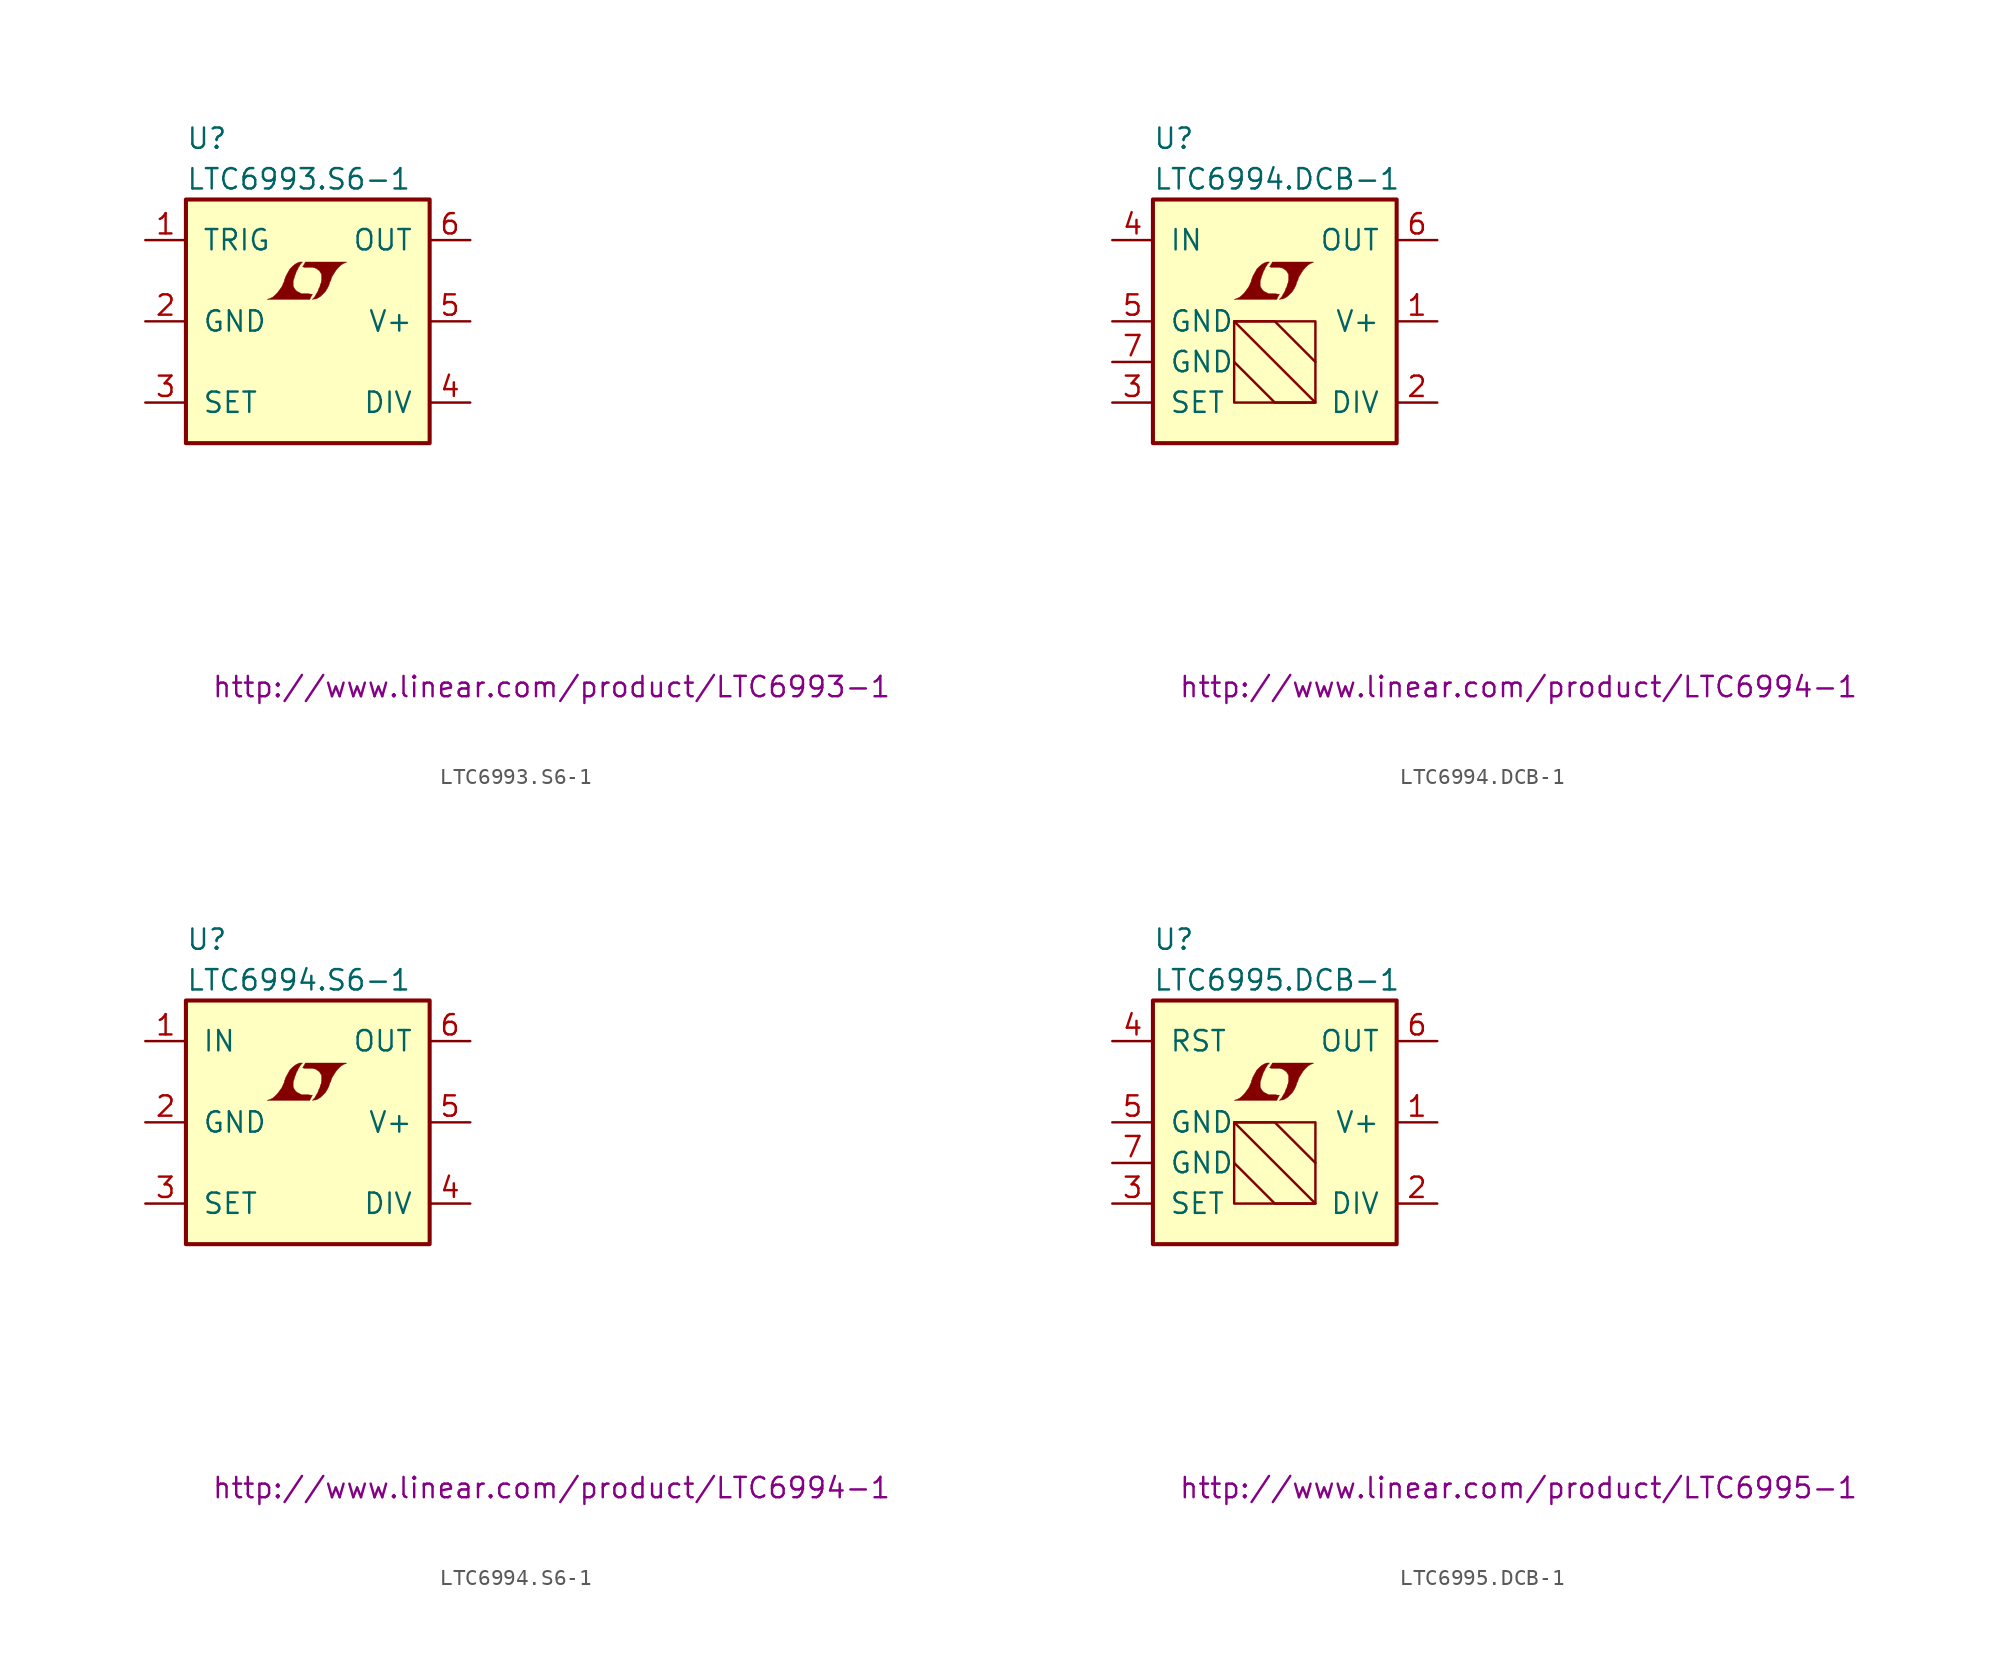
<source format=kicad_sym>
(kicad_symbol_lib
  (version 20201005)
  (generator kicad_symbol_editor)
  (symbol "LTC6993.S6-1"
    (pin_names
      (offset 1.016))
    (property "Reference" "U"
      (at -7.62 11.43 0)
      (effects (font (size 1.27 1.27)) (justify left)))
    (property "Value" "LTC6993.S6-1"
      (at -7.62 8.89 0)
      (effects (font (size 1.27 1.27)) (justify left)))
    (property "Datasheet" "http://www.linear.com/product/LTC6993-1"
      (at 15.24 -22.86 0)
      (effects (font (size 1.27 1.27))))
    (symbol "LTC6993.S6-1_0_0"
      (polyline (pts (xy 0.203 1.549) (xy 0.229 1.575) (xy 0.279 1.676) (xy 0.279 1.702) (xy 0.152 1.702) (xy 0.051 1.727) (xy -0.406 1.727) (xy -0.432 1.753) (xy -0.686 1.88) (xy -0.787 1.981) (xy -0.864 2.108) (xy -0.914 2.21) (xy -0.914 2.515) (xy -0.864 2.667) (xy -0.838 2.769) (xy -0.813 2.845) (xy -0.762 2.972) (xy -0.711 3.124) (xy -0.635 3.251) (xy -0.584 3.378) (xy -0.508 3.48) (xy -0.457 3.581) (xy -0.33 3.708) (xy -0.508 3.708) (xy -0.635 3.658) (xy -0.737 3.607) (xy -0.813 3.556) (xy -0.94 3.454) (xy -1.118 3.277) (xy -1.372 2.819) (xy -1.473 2.54) (xy -1.473 2.489) (xy -1.524 2.388) (xy -1.575 2.261) (xy -1.626 2.159) (xy -1.753 1.981) (xy -1.905 1.778) (xy -2.057 1.626) (xy -2.21 1.499) (xy -2.388 1.422) (xy -2.54 1.372) (xy 0.127 1.372) (xy 0.203 1.549)) (stroke (width 0.025)) (fill (type outline)))
      (polyline (pts (xy 0.406 1.397) (xy 0.483 1.397) (xy 0.66 1.473) (xy 0.813 1.575) (xy 1.092 1.854) (xy 1.219 2.057) (xy 1.321 2.261) (xy 1.397 2.515) (xy 1.422 2.515) (xy 1.499 2.769) (xy 1.753 3.175) (xy 1.905 3.353) (xy 2.057 3.505) (xy 2.21 3.607) (xy 2.388 3.683) (xy 2.413 3.683) (xy 2.413 3.708) (xy -0.152 3.708) (xy -0.229 3.556) (xy -0.254 3.531) (xy -0.305 3.429) (xy -0.33 3.404) (xy -0.279 3.404) (xy -0.229 3.378) (xy 0.305 3.378) (xy 0.356 3.353) (xy 0.406 3.353) (xy 0.483 3.327) (xy 0.61 3.251) (xy 0.737 3.15) (xy 0.813 3.023) (xy 0.838 2.972) (xy 0.864 2.946) (xy 0.864 2.54) (xy 0.838 2.489) (xy 0.838 2.413) (xy 0.787 2.311) (xy 0.762 2.184) (xy 0.686 2.032) (xy 0.635 1.88) (xy 0.483 1.626) (xy 0.432 1.524) (xy 0.279 1.372) (xy 0.406 1.397)) (stroke (width 0.025)) (fill (type outline))))
    (symbol "LTC6993.S6-1_0_1"
      (rectangle (start -7.62 7.62) (end 7.62 -7.62) (stroke (width 0.254)) (fill (type background))))
    (symbol "LTC6993.S6-1_1_1"
      (pin passive line (at -10.16 5.08 0) (length 2.54) (name "TRIG" (effects (font (size 1.27 1.27)))) (number "1" (effects (font (size 1.27 1.27)))))
      (pin power_in line (at -10.16 0 0) (length 2.54) (name "GND" (effects (font (size 1.27 1.27)))) (number "2" (effects (font (size 1.27 1.27)))))
      (pin passive line (at -10.16 -5.08 0) (length 2.54) (name "SET" (effects (font (size 1.27 1.27)))) (number "3" (effects (font (size 1.27 1.27)))))
      (pin passive line (at 10.16 -5.08 180) (length 2.54) (name "DIV" (effects (font (size 1.27 1.27)))) (number "4" (effects (font (size 1.27 1.27)))))
      (pin power_in line (at 10.16 0 180) (length 2.54) (name "V+" (effects (font (size 1.27 1.27)))) (number "5" (effects (font (size 1.27 1.27)))))
      (pin output line (at 10.16 5.08 180) (length 2.54) (name "OUT" (effects (font (size 1.27 1.27)))) (number "6" (effects (font (size 1.27 1.27)))))))
  (symbol "LTC6994.DCB-1"
    (pin_names
      (offset 1.016))
    (property "Reference" "U"
      (at -7.62 11.43 0)
      (effects (font (size 1.27 1.27)) (justify left)))
    (property "Value" "LTC6994.DCB-1"
      (at -7.62 8.89 0)
      (effects (font (size 1.27 1.27)) (justify left)))
    (property "Datasheet" "http://www.linear.com/product/LTC6994-1"
      (at 15.24 -22.86 0)
      (effects (font (size 1.27 1.27))))
    (symbol "LTC6994.DCB-1_0_0"
      (polyline (pts (xy 0.203 1.549) (xy 0.229 1.575) (xy 0.279 1.676) (xy 0.279 1.702) (xy 0.152 1.702) (xy 0.051 1.727) (xy -0.406 1.727) (xy -0.432 1.753) (xy -0.686 1.88) (xy -0.787 1.981) (xy -0.864 2.108) (xy -0.914 2.21) (xy -0.914 2.515) (xy -0.864 2.667) (xy -0.838 2.769) (xy -0.813 2.845) (xy -0.762 2.972) (xy -0.711 3.124) (xy -0.635 3.251) (xy -0.584 3.378) (xy -0.508 3.48) (xy -0.457 3.581) (xy -0.33 3.708) (xy -0.508 3.708) (xy -0.635 3.658) (xy -0.737 3.607) (xy -0.813 3.556) (xy -0.94 3.454) (xy -1.118 3.277) (xy -1.372 2.819) (xy -1.473 2.54) (xy -1.473 2.489) (xy -1.524 2.388) (xy -1.575 2.261) (xy -1.626 2.159) (xy -1.753 1.981) (xy -1.905 1.778) (xy -2.057 1.626) (xy -2.21 1.499) (xy -2.388 1.422) (xy -2.54 1.372) (xy 0.127 1.372) (xy 0.203 1.549)) (stroke (width 0.025)) (fill (type outline)))
      (polyline (pts (xy 0.406 1.397) (xy 0.483 1.397) (xy 0.66 1.473) (xy 0.813 1.575) (xy 1.092 1.854) (xy 1.219 2.057) (xy 1.321 2.261) (xy 1.397 2.515) (xy 1.422 2.515) (xy 1.499 2.769) (xy 1.753 3.175) (xy 1.905 3.353) (xy 2.057 3.505) (xy 2.21 3.607) (xy 2.388 3.683) (xy 2.413 3.683) (xy 2.413 3.708) (xy -0.152 3.708) (xy -0.229 3.556) (xy -0.254 3.531) (xy -0.305 3.429) (xy -0.33 3.404) (xy -0.279 3.404) (xy -0.229 3.378) (xy 0.305 3.378) (xy 0.356 3.353) (xy 0.406 3.353) (xy 0.483 3.327) (xy 0.61 3.251) (xy 0.737 3.15) (xy 0.813 3.023) (xy 0.838 2.972) (xy 0.864 2.946) (xy 0.864 2.54) (xy 0.838 2.489) (xy 0.838 2.413) (xy 0.787 2.311) (xy 0.762 2.184) (xy 0.686 2.032) (xy 0.635 1.88) (xy 0.483 1.626) (xy 0.432 1.524) (xy 0.279 1.372) (xy 0.406 1.397)) (stroke (width 0.025)) (fill (type outline))))
    (symbol "LTC6994.DCB-1_0_1"
      (rectangle (start -7.62 7.62) (end 7.62 -7.62) (stroke (width 0.254)) (fill (type background)))
      (rectangle (start -2.54 -5.08) (end 2.54 0) (stroke (width 0)) (fill (type none)))
      (polyline (pts (xy -2.54 -2.54) (xy 0 -5.08) (xy 2.54 -5.08) (xy -2.54 0) (xy 0 0) (xy 2.54 -2.54)) (stroke (width 0)) (fill (type none))))
    (symbol "LTC6994.DCB-1_1_1"
      (pin power_in line (at 10.16 0 180) (length 2.54) (name "V+" (effects (font (size 1.27 1.27)))) (number "1" (effects (font (size 1.27 1.27)))))
      (pin passive line (at 10.16 -5.08 180) (length 2.54) (name "DIV" (effects (font (size 1.27 1.27)))) (number "2" (effects (font (size 1.27 1.27)))))
      (pin passive line (at -10.16 -5.08 0) (length 2.54) (name "SET" (effects (font (size 1.27 1.27)))) (number "3" (effects (font (size 1.27 1.27)))))
      (pin passive line (at -10.16 5.08 0) (length 2.54) (name "IN" (effects (font (size 1.27 1.27)))) (number "4" (effects (font (size 1.27 1.27)))))
      (pin power_in line (at -10.16 0 0) (length 2.54) (name "GND" (effects (font (size 1.27 1.27)))) (number "5" (effects (font (size 1.27 1.27)))))
      (pin output line (at 10.16 5.08 180) (length 2.54) (name "OUT" (effects (font (size 1.27 1.27)))) (number "6" (effects (font (size 1.27 1.27)))))
      (pin power_in line (at -10.16 -2.54 0) (length 2.54) (name "GND" (effects (font (size 1.27 1.27)))) (number "7" (effects (font (size 1.27 1.27)))))))
  (symbol "LTC6994.S6-1"
    (pin_names
      (offset 1.016))
    (property "Reference" "U"
      (at -7.62 11.43 0)
      (effects (font (size 1.27 1.27)) (justify left)))
    (property "Value" "LTC6994.S6-1"
      (at -7.62 8.89 0)
      (effects (font (size 1.27 1.27)) (justify left)))
    (property "Datasheet" "http://www.linear.com/product/LTC6994-1"
      (at 15.24 -22.86 0)
      (effects (font (size 1.27 1.27))))
    (symbol "LTC6994.S6-1_0_0"
      (polyline (pts (xy 0.203 1.549) (xy 0.229 1.575) (xy 0.279 1.676) (xy 0.279 1.702) (xy 0.152 1.702) (xy 0.051 1.727) (xy -0.406 1.727) (xy -0.432 1.753) (xy -0.686 1.88) (xy -0.787 1.981) (xy -0.864 2.108) (xy -0.914 2.21) (xy -0.914 2.515) (xy -0.864 2.667) (xy -0.838 2.769) (xy -0.813 2.845) (xy -0.762 2.972) (xy -0.711 3.124) (xy -0.635 3.251) (xy -0.584 3.378) (xy -0.508 3.48) (xy -0.457 3.581) (xy -0.33 3.708) (xy -0.508 3.708) (xy -0.635 3.658) (xy -0.737 3.607) (xy -0.813 3.556) (xy -0.94 3.454) (xy -1.118 3.277) (xy -1.372 2.819) (xy -1.473 2.54) (xy -1.473 2.489) (xy -1.524 2.388) (xy -1.575 2.261) (xy -1.626 2.159) (xy -1.753 1.981) (xy -1.905 1.778) (xy -2.057 1.626) (xy -2.21 1.499) (xy -2.388 1.422) (xy -2.54 1.372) (xy 0.127 1.372) (xy 0.203 1.549)) (stroke (width 0.025)) (fill (type outline)))
      (polyline (pts (xy 0.406 1.397) (xy 0.483 1.397) (xy 0.66 1.473) (xy 0.813 1.575) (xy 1.092 1.854) (xy 1.219 2.057) (xy 1.321 2.261) (xy 1.397 2.515) (xy 1.422 2.515) (xy 1.499 2.769) (xy 1.753 3.175) (xy 1.905 3.353) (xy 2.057 3.505) (xy 2.21 3.607) (xy 2.388 3.683) (xy 2.413 3.683) (xy 2.413 3.708) (xy -0.152 3.708) (xy -0.229 3.556) (xy -0.254 3.531) (xy -0.305 3.429) (xy -0.33 3.404) (xy -0.279 3.404) (xy -0.229 3.378) (xy 0.305 3.378) (xy 0.356 3.353) (xy 0.406 3.353) (xy 0.483 3.327) (xy 0.61 3.251) (xy 0.737 3.15) (xy 0.813 3.023) (xy 0.838 2.972) (xy 0.864 2.946) (xy 0.864 2.54) (xy 0.838 2.489) (xy 0.838 2.413) (xy 0.787 2.311) (xy 0.762 2.184) (xy 0.686 2.032) (xy 0.635 1.88) (xy 0.483 1.626) (xy 0.432 1.524) (xy 0.279 1.372) (xy 0.406 1.397)) (stroke (width 0.025)) (fill (type outline))))
    (symbol "LTC6994.S6-1_0_1"
      (rectangle (start -7.62 7.62) (end 7.62 -7.62) (stroke (width 0.254)) (fill (type background))))
    (symbol "LTC6994.S6-1_1_1"
      (pin passive line (at -10.16 5.08 0) (length 2.54) (name "IN" (effects (font (size 1.27 1.27)))) (number "1" (effects (font (size 1.27 1.27)))))
      (pin power_in line (at -10.16 0 0) (length 2.54) (name "GND" (effects (font (size 1.27 1.27)))) (number "2" (effects (font (size 1.27 1.27)))))
      (pin passive line (at -10.16 -5.08 0) (length 2.54) (name "SET" (effects (font (size 1.27 1.27)))) (number "3" (effects (font (size 1.27 1.27)))))
      (pin passive line (at 10.16 -5.08 180) (length 2.54) (name "DIV" (effects (font (size 1.27 1.27)))) (number "4" (effects (font (size 1.27 1.27)))))
      (pin power_in line (at 10.16 0 180) (length 2.54) (name "V+" (effects (font (size 1.27 1.27)))) (number "5" (effects (font (size 1.27 1.27)))))
      (pin output line (at 10.16 5.08 180) (length 2.54) (name "OUT" (effects (font (size 1.27 1.27)))) (number "6" (effects (font (size 1.27 1.27)))))))
  (symbol "LTC6995.DCB-1"
    (pin_names
      (offset 1.016))
    (property "Reference" "U"
      (at -7.62 11.43 0)
      (effects (font (size 1.27 1.27)) (justify left)))
    (property "Value" "LTC6995.DCB-1"
      (at -7.62 8.89 0)
      (effects (font (size 1.27 1.27)) (justify left)))
    (property "Datasheet" "http://www.linear.com/product/LTC6995-1"
      (at 15.24 -22.86 0)
      (effects (font (size 1.27 1.27))))
    (symbol "LTC6995.DCB-1_0_0"
      (polyline (pts (xy 0.203 1.549) (xy 0.229 1.575) (xy 0.279 1.676) (xy 0.279 1.702) (xy 0.152 1.702) (xy 0.051 1.727) (xy -0.406 1.727) (xy -0.432 1.753) (xy -0.686 1.88) (xy -0.787 1.981) (xy -0.864 2.108) (xy -0.914 2.21) (xy -0.914 2.515) (xy -0.864 2.667) (xy -0.838 2.769) (xy -0.813 2.845) (xy -0.762 2.972) (xy -0.711 3.124) (xy -0.635 3.251) (xy -0.584 3.378) (xy -0.508 3.48) (xy -0.457 3.581) (xy -0.33 3.708) (xy -0.508 3.708) (xy -0.635 3.658) (xy -0.737 3.607) (xy -0.813 3.556) (xy -0.94 3.454) (xy -1.118 3.277) (xy -1.372 2.819) (xy -1.473 2.54) (xy -1.473 2.489) (xy -1.524 2.388) (xy -1.575 2.261) (xy -1.626 2.159) (xy -1.753 1.981) (xy -1.905 1.778) (xy -2.057 1.626) (xy -2.21 1.499) (xy -2.388 1.422) (xy -2.54 1.372) (xy 0.127 1.372) (xy 0.203 1.549)) (stroke (width 0.025)) (fill (type outline)))
      (polyline (pts (xy 0.406 1.397) (xy 0.483 1.397) (xy 0.66 1.473) (xy 0.813 1.575) (xy 1.092 1.854) (xy 1.219 2.057) (xy 1.321 2.261) (xy 1.397 2.515) (xy 1.422 2.515) (xy 1.499 2.769) (xy 1.753 3.175) (xy 1.905 3.353) (xy 2.057 3.505) (xy 2.21 3.607) (xy 2.388 3.683) (xy 2.413 3.683) (xy 2.413 3.708) (xy -0.152 3.708) (xy -0.229 3.556) (xy -0.254 3.531) (xy -0.305 3.429) (xy -0.33 3.404) (xy -0.279 3.404) (xy -0.229 3.378) (xy 0.305 3.378) (xy 0.356 3.353) (xy 0.406 3.353) (xy 0.483 3.327) (xy 0.61 3.251) (xy 0.737 3.15) (xy 0.813 3.023) (xy 0.838 2.972) (xy 0.864 2.946) (xy 0.864 2.54) (xy 0.838 2.489) (xy 0.838 2.413) (xy 0.787 2.311) (xy 0.762 2.184) (xy 0.686 2.032) (xy 0.635 1.88) (xy 0.483 1.626) (xy 0.432 1.524) (xy 0.279 1.372) (xy 0.406 1.397)) (stroke (width 0.025)) (fill (type outline))))
    (symbol "LTC6995.DCB-1_0_1"
      (rectangle (start -7.62 7.62) (end 7.62 -7.62) (stroke (width 0.254)) (fill (type background)))
      (rectangle (start -2.54 0) (end 2.54 -5.08) (stroke (width 0)) (fill (type none)))
      (polyline (pts (xy -2.54 -2.54) (xy 0 -5.08) (xy 2.54 -5.08) (xy -2.54 0) (xy 0 0) (xy 2.54 -2.54)) (stroke (width 0)) (fill (type none))))
    (symbol "LTC6995.DCB-1_1_1"
      (pin power_in line (at 10.16 0 180) (length 2.54) (name "V+" (effects (font (size 1.27 1.27)))) (number "1" (effects (font (size 1.27 1.27)))))
      (pin passive line (at 10.16 -5.08 180) (length 2.54) (name "DIV" (effects (font (size 1.27 1.27)))) (number "2" (effects (font (size 1.27 1.27)))))
      (pin passive line (at -10.16 -5.08 0) (length 2.54) (name "SET" (effects (font (size 1.27 1.27)))) (number "3" (effects (font (size 1.27 1.27)))))
      (pin passive line (at -10.16 5.08 0) (length 2.54) (name "RST" (effects (font (size 1.27 1.27)))) (number "4" (effects (font (size 1.27 1.27)))))
      (pin power_in line (at -10.16 0 0) (length 2.54) (name "GND" (effects (font (size 1.27 1.27)))) (number "5" (effects (font (size 1.27 1.27)))))
      (pin output line (at 10.16 5.08 180) (length 2.54) (name "OUT" (effects (font (size 1.27 1.27)))) (number "6" (effects (font (size 1.27 1.27)))))
      (pin power_in line (at -10.16 -2.54 0) (length 2.54) (name "GND" (effects (font (size 1.27 1.27)))) (number "7" (effects (font (size 1.27 1.27))))))))
</source>
